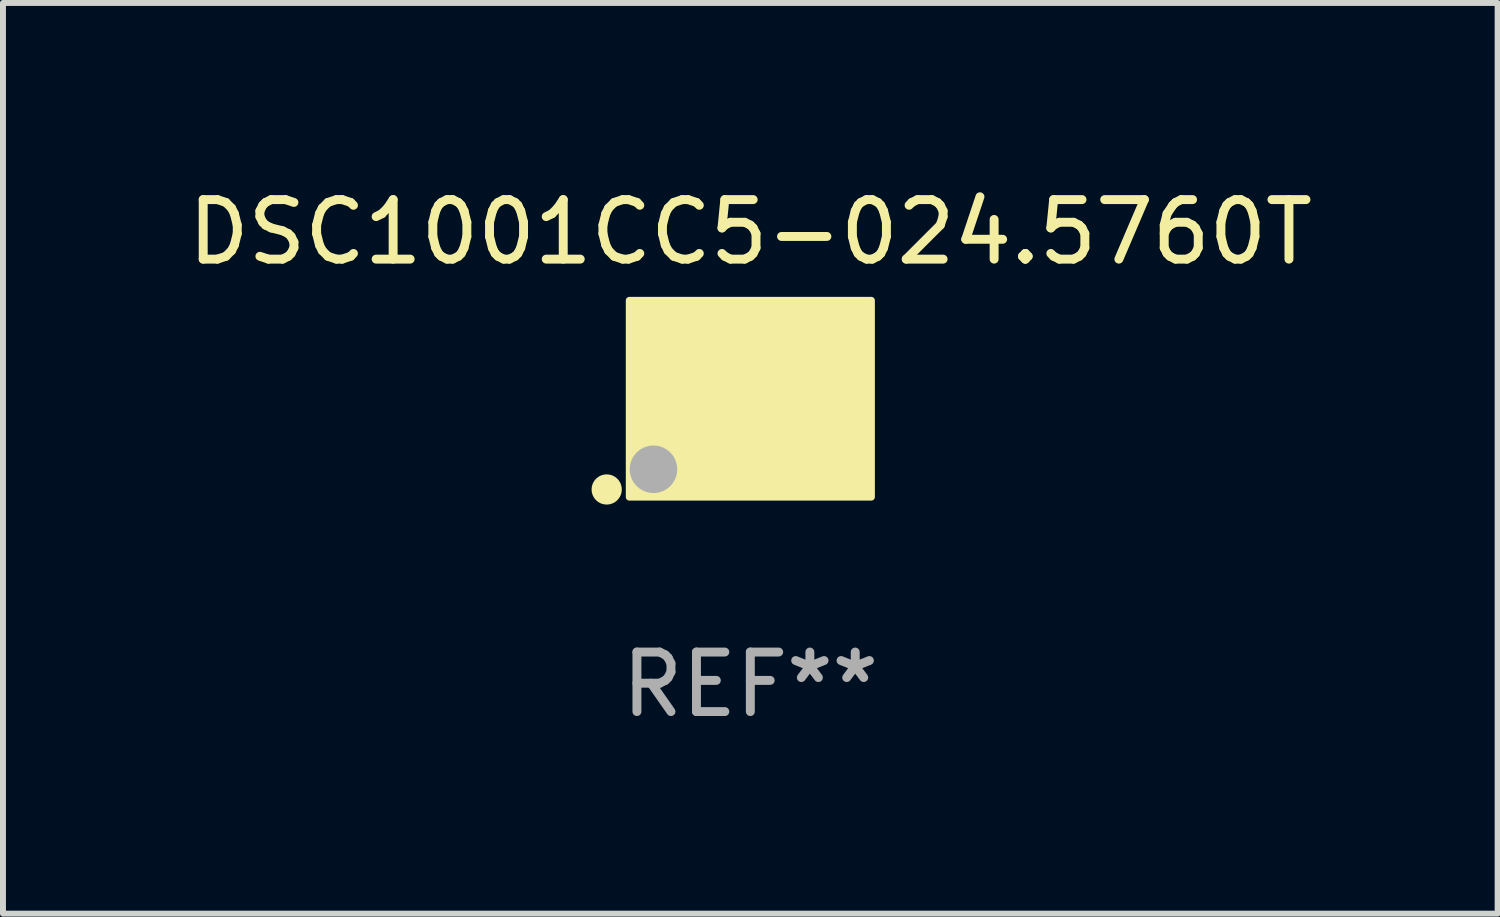
<source format=kicad_pcb>
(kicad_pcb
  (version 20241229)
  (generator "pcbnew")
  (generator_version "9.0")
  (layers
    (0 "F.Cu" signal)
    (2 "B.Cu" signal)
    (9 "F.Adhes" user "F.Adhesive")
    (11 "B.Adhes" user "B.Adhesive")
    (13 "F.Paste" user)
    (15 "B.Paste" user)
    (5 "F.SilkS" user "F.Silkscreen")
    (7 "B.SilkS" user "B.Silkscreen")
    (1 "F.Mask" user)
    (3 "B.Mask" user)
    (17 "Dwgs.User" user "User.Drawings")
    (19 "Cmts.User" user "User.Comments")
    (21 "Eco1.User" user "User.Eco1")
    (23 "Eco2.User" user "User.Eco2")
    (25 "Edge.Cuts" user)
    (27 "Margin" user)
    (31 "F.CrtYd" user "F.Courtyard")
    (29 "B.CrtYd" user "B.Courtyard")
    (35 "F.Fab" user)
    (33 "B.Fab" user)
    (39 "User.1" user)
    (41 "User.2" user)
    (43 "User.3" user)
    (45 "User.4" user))
  (footprint "DSC1001CC5-024.5760T"
    (layer "F.Cu")
    (at 9.554 3.648)
    (property "Reference" "DSC1001CC5-024.5760T" (at 0 -2.8 0) (layer "F.SilkS") (effects (font (size 1 1) (thickness 0.15))))
    (attr through_hole)
    (fp_circle (center -2.413 1.524) (end -2.286 1.524) (stroke (width 0.254) (type solid)) (fill no) (layer "F.SilkS"))
    (fp_circle (center -1.6 1.25) (end -1.57 1.25) (stroke (width 0.06) (type solid)) (fill no) (layer "F.SilkS"))
    (fp_poly (pts (xy -2.032 -1.651) (xy 2.032 -1.651) (xy 2.032 1.651) (xy -2.032 1.651)) (stroke (width 0.12) (type solid)) (fill yes) (layer "F.SilkS"))
    (fp_circle (center -1.627 1.185) (end -1.427 1.185) (stroke (width 0.4) (type solid)) (fill no) (layer "F.Fab"))
    (fp_text user "REF**" (at 0 4.8 0) (layer "F.Fab") (effects (font (size 1 1) (thickness 0.15))))
    (pad "1" smd rect (at -1.05 0.8) (size 1.4 1.2) (layers "F.Cu" "F.Mask" "F.Paste"))
    (pad "2" smd rect (at 1.05 0.8) (size 1.4 1.2) (layers "F.Cu" "F.Mask" "F.Paste"))
    (pad "3" smd rect (at 1.05 -0.8) (size 1.4 1.2) (layers "F.Cu" "F.Mask" "F.Paste"))
    (pad "4" smd rect (at -1.05 -0.8) (size 1.4 1.2) (layers "F.Cu" "F.Mask" "F.Paste")))
  (gr_rect
    (start -3 -3)
    (end 22.107 12.297)
    (stroke (width 0.1) (type default))
    (fill no)
    (layer "Edge.Cuts")))
</source>
